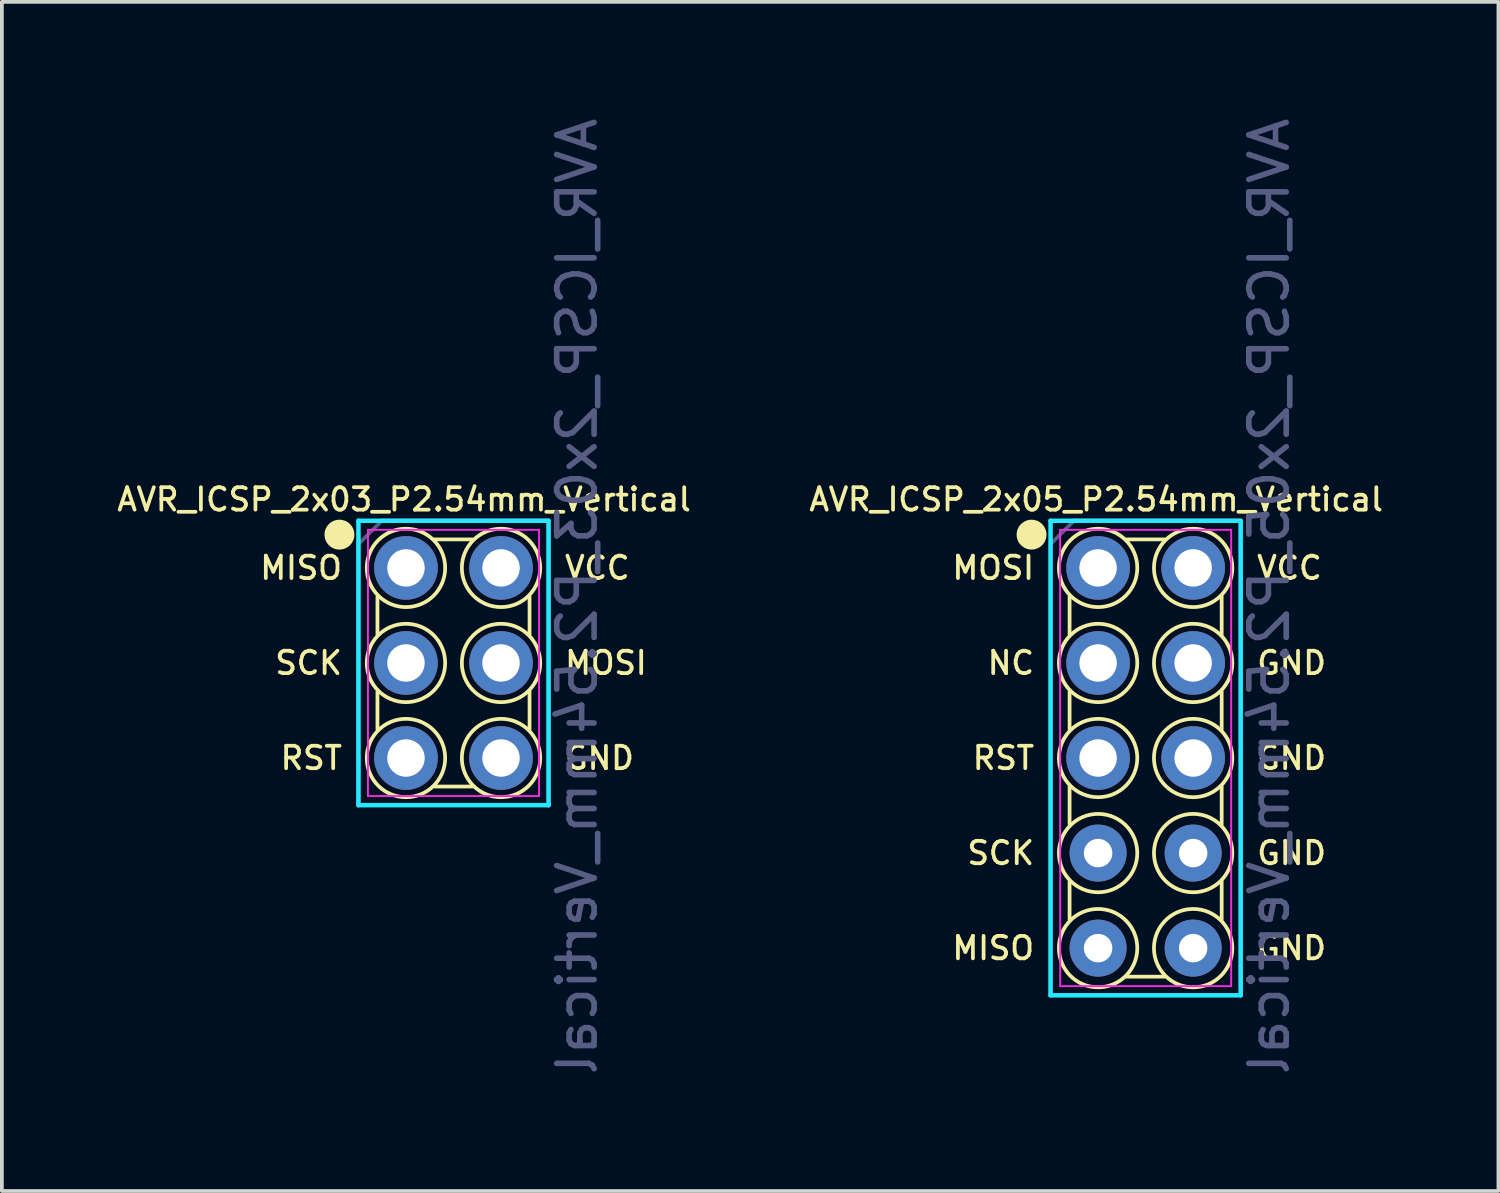
<source format=kicad_pcb>
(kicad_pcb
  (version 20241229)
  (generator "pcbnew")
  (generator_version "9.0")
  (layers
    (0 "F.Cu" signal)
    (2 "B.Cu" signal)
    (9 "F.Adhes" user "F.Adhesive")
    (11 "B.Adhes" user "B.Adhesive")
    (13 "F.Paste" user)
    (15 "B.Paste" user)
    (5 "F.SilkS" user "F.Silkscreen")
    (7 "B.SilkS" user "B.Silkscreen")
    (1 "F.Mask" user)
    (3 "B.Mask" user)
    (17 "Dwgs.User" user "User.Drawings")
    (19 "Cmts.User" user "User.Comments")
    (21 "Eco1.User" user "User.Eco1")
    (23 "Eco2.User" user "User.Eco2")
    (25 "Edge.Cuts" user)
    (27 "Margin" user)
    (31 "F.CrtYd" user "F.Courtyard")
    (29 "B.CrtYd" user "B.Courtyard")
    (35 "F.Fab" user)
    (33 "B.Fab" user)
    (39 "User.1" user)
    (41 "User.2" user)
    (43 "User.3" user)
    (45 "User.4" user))
  (footprint "AVR_ICSP_2x05_P2.54mm_Vertical"
    (layer "F.Cu")
    (at 26.292 12.125)
    (property "Reference" "AVR_ICSP_2x05_P2.54mm_Vertical" (at -0.051 -1.829 0) (layer "F.SilkS") (effects (font (size 0.6 0.6) (thickness 0.1))))
    (attr through_hole)
    (fp_line (start -0.762 0.762) (end -0.762 1.778) (stroke (width 0.1) (type solid)) (layer "F.SilkS"))
    (fp_line (start -0.762 3.302) (end -0.762 4.318) (stroke (width 0.1) (type solid)) (layer "F.SilkS"))
    (fp_line (start -0.762 5.842) (end -0.762 6.858) (stroke (width 0.1) (type solid)) (layer "F.SilkS"))
    (fp_line (start -0.762 8.382) (end -0.762 9.398) (stroke (width 0.1) (type solid)) (layer "F.SilkS"))
    (fp_line (start 1.778 -0.762) (end 0.762 -0.762) (stroke (width 0.1) (type solid)) (layer "F.SilkS"))
    (fp_line (start 1.778 10.922) (end 0.762 10.922) (stroke (width 0.1) (type solid)) (layer "F.SilkS"))
    (fp_line (start 3.302 0.762) (end 3.302 1.778) (stroke (width 0.1) (type solid)) (layer "F.SilkS"))
    (fp_line (start 3.302 3.302) (end 3.302 4.318) (stroke (width 0.1) (type solid)) (layer "F.SilkS"))
    (fp_line (start 3.302 5.842) (end 3.302 6.858) (stroke (width 0.1) (type solid)) (layer "F.SilkS"))
    (fp_line (start 3.302 8.382) (end 3.302 9.398) (stroke (width 0.1) (type solid)) (layer "F.SilkS"))
    (fp_circle (center -1.778 -0.889) (end -1.778 -0.889) (stroke (width 0.4) (type solid)) (fill no) (layer "F.SilkS"))
    (fp_circle (center 0 0) (end 0.813 0.66) (stroke (width 0.1) (type solid)) (fill no) (layer "F.SilkS"))
    (fp_circle (center 0 2.54) (end 0.813 3.2) (stroke (width 0.1) (type solid)) (fill no) (layer "F.SilkS"))
    (fp_circle (center 0 5.08) (end 0.813 5.74) (stroke (width 0.1) (type solid)) (fill no) (layer "F.SilkS"))
    (fp_circle (center 0 7.62) (end 0.813 8.28) (stroke (width 0.1) (type solid)) (fill no) (layer "F.SilkS"))
    (fp_circle (center 0 10.16) (end 0.813 10.82) (stroke (width 0.1) (type solid)) (fill no) (layer "F.SilkS"))
    (fp_circle (center 2.54 0) (end 3.353 0.66) (stroke (width 0.1) (type solid)) (fill no) (layer "F.SilkS"))
    (fp_circle (center 2.54 2.54) (end 3.353 3.2) (stroke (width 0.1) (type solid)) (fill no) (layer "F.SilkS"))
    (fp_circle (center 2.54 5.08) (end 3.353 5.74) (stroke (width 0.1) (type solid)) (fill no) (layer "F.SilkS"))
    (fp_circle (center 2.54 7.62) (end 3.353 8.28) (stroke (width 0.1) (type solid)) (fill no) (layer "F.SilkS"))
    (fp_circle (center 2.54 10.16) (end 3.353 10.82) (stroke (width 0.1) (type solid)) (fill no) (layer "F.SilkS"))
    (fp_line (start -1.27 -1.26) (end -1.27 11.42) (stroke (width 0.12) (type solid)) (layer "B.CrtYd"))
    (fp_line (start -1.27 11.42) (end 3.81 11.42) (stroke (width 0.12) (type solid)) (layer "B.CrtYd"))
    (fp_line (start 3.81 -1.26) (end -1.27 -1.26) (stroke (width 0.12) (type solid)) (layer "B.CrtYd"))
    (fp_line (start 3.81 11.42) (end 3.81 -1.25) (stroke (width 0.12) (type solid)) (layer "B.CrtYd"))
    (fp_line (start -1.016 -1.016) (end -1.012 11.176) (stroke (width 0.05) (type solid)) (layer "F.CrtYd"))
    (fp_line (start -1.012 11.176) (end 3.556 11.176) (stroke (width 0.05) (type solid)) (layer "F.CrtYd"))
    (fp_line (start 3.556 -1.016) (end -1.016 -1.016) (stroke (width 0.05) (type solid)) (layer "F.CrtYd"))
    (fp_line (start 3.556 11.176) (end 3.556 -1.016) (stroke (width 0.05) (type solid)) (layer "F.CrtYd"))
    (fp_line (start -1.27 -0.635) (end -0.635 -1.27) (stroke (width 0.1) (type solid)) (layer "B.Fab"))
    (fp_line (start -1.27 11.42) (end -1.27 -0.635) (stroke (width 0.1) (type solid)) (layer "B.Fab"))
    (fp_line (start -0.635 -1.27) (end 3.81 -1.27) (stroke (width 0.1) (type solid)) (layer "B.Fab"))
    (fp_line (start 3.81 -1.26) (end 3.81 11.42) (stroke (width 0.1) (type solid)) (layer "B.Fab"))
    (fp_line (start 3.81 11.42) (end -1.27 11.42) (stroke (width 0.1) (type solid)) (layer "B.Fab"))
    (fp_text user "SCK" (at -1.651 7.62 0) (layer "F.SilkS") (effects (font (size 0.6 0.6) (thickness 0.1)) (justify right)))
    (fp_text user "GND" (at 4.191 10.16 0) (layer "F.SilkS") (effects (font (size 0.6 0.6) (thickness 0.1)) (justify left)))
    (fp_text user "NC" (at -1.651 2.54 0) (layer "F.SilkS") (effects (font (size 0.6 0.6) (thickness 0.1)) (justify right)))
    (fp_text user "GND" (at 4.191 7.62 0) (layer "F.SilkS") (effects (font (size 0.6 0.6) (thickness 0.1)) (justify left)))
    (fp_text user "MISO" (at -1.651 10.16 0) (layer "F.SilkS") (effects (font (size 0.6 0.6) (thickness 0.1)) (justify right)))
    (fp_text user "VCC" (at 4.191 0 0) (layer "F.SilkS") (effects (font (size 0.6 0.6) (thickness 0.1)) (justify left)))
    (fp_text user "RST" (at -1.651 5.08 0) (layer "F.SilkS") (effects (font (size 0.6 0.6) (thickness 0.1)) (justify right)))
    (fp_text user "GND" (at 4.191 2.54 0) (layer "F.SilkS") (effects (font (size 0.6 0.6) (thickness 0.1)) (justify left)))
    (fp_text user "MOSI" (at -1.651 0 0) (layer "F.SilkS") (effects (font (size 0.6 0.6) (thickness 0.1)) (justify right)))
    (fp_text user "GND" (at 4.191 5.08 0) (layer "F.SilkS") (effects (font (size 0.6 0.6) (thickness 0.1)) (justify left)))
    (fp_text user "${REFERENCE}" (at 4.572 0.762 90) (layer "B.Fab") (effects (font (size 1 1) (thickness 0.15)) (justify mirror)))
    (pad "1" thru_hole circle (at 0 0) (size 1.7 1.7) (drill 1) (layers "*.Cu" "*.Mask"))
    (pad "2" thru_hole oval (at 2.54 0) (size 1.7 1.7) (drill 1) (layers "*.Cu" "*.Mask"))
    (pad "3" thru_hole oval (at 0 2.54) (size 1.7 1.7) (drill 1) (layers "*.Cu" "*.Mask"))
    (pad "4" thru_hole oval (at 2.54 2.54) (size 1.7 1.7) (drill 1) (layers "*.Cu" "*.Mask"))
    (pad "5" thru_hole oval (at 0 5.08) (size 1.7 1.7) (drill 1) (layers "*.Cu" "*.Mask"))
    (pad "6" thru_hole oval (at 2.54 5.08) (size 1.7 1.7) (drill 1) (layers "*.Cu" "*.Mask"))
    (pad "7" thru_hole circle (at 0 7.62) (size 1.524 1.524) (drill 0.762) (layers "*.Cu" "*.Mask"))
    (pad "8" thru_hole circle (at 2.54 7.62) (size 1.524 1.524) (drill 0.762) (layers "*.Cu" "*.Mask"))
    (pad "9" thru_hole circle (at 0 10.16) (size 1.524 1.524) (drill 0.762) (layers "*.Cu" "*.Mask"))
    (pad "10" thru_hole circle (at 2.54 10.16) (size 1.524 1.524) (drill 0.762) (layers "*.Cu" "*.Mask")))
  (footprint "AVR_ICSP_2x03_P2.54mm_Vertical"
    (layer "F.Cu")
    (at 7.798 12.125)
    (property "Reference" "AVR_ICSP_2x03_P2.54mm_Vertical" (at -0.051 -1.829 0) (layer "F.SilkS") (effects (font (size 0.6 0.6) (thickness 0.1))))
    (attr through_hole)
    (fp_line (start -0.762 0.762) (end -0.762 1.778) (stroke (width 0.1) (type solid)) (layer "F.SilkS"))
    (fp_line (start -0.762 3.302) (end -0.762 4.318) (stroke (width 0.1) (type solid)) (layer "F.SilkS"))
    (fp_line (start 1.778 -0.762) (end 0.762 -0.762) (stroke (width 0.1) (type solid)) (layer "F.SilkS"))
    (fp_line (start 1.778 5.842) (end 0.762 5.842) (stroke (width 0.1) (type solid)) (layer "F.SilkS"))
    (fp_line (start 3.302 0.762) (end 3.302 1.778) (stroke (width 0.1) (type solid)) (layer "F.SilkS"))
    (fp_line (start 3.302 3.302) (end 3.302 4.318) (stroke (width 0.1) (type solid)) (layer "F.SilkS"))
    (fp_circle (center -1.778 -0.889) (end -1.778 -0.889) (stroke (width 0.4) (type solid)) (fill no) (layer "F.SilkS"))
    (fp_circle (center 0 0) (end 0.813 0.66) (stroke (width 0.1) (type solid)) (fill no) (layer "F.SilkS"))
    (fp_circle (center 0 2.54) (end 0.813 3.2) (stroke (width 0.1) (type solid)) (fill no) (layer "F.SilkS"))
    (fp_circle (center 0 5.08) (end 0.813 5.74) (stroke (width 0.1) (type solid)) (fill no) (layer "F.SilkS"))
    (fp_circle (center 2.54 0) (end 3.353 0.66) (stroke (width 0.1) (type solid)) (fill no) (layer "F.SilkS"))
    (fp_circle (center 2.54 2.54) (end 3.353 3.2) (stroke (width 0.1) (type solid)) (fill no) (layer "F.SilkS"))
    (fp_circle (center 2.54 5.08) (end 3.353 5.74) (stroke (width 0.1) (type solid)) (fill no) (layer "F.SilkS"))
    (fp_line (start -1.27 -1.26) (end -1.27 6.34) (stroke (width 0.12) (type solid)) (layer "B.CrtYd"))
    (fp_line (start -1.27 6.34) (end 3.81 6.34) (stroke (width 0.12) (type solid)) (layer "B.CrtYd"))
    (fp_line (start 3.81 -1.26) (end -1.27 -1.26) (stroke (width 0.12) (type solid)) (layer "B.CrtYd"))
    (fp_line (start 3.81 6.34) (end 3.81 -1.25) (stroke (width 0.12) (type solid)) (layer "B.CrtYd"))
    (fp_line (start -1.016 -1.016) (end -1.016 6.096) (stroke (width 0.05) (type solid)) (layer "F.CrtYd"))
    (fp_line (start -1.012 6.096) (end 3.556 6.096) (stroke (width 0.05) (type solid)) (layer "F.CrtYd"))
    (fp_line (start 3.556 -1.016) (end -1.016 -1.016) (stroke (width 0.05) (type solid)) (layer "F.CrtYd"))
    (fp_line (start 3.556 6.096) (end 3.556 -1.016) (stroke (width 0.05) (type solid)) (layer "F.CrtYd"))
    (fp_line (start -1.27 -0.635) (end -0.635 -1.27) (stroke (width 0.1) (type solid)) (layer "B.Fab"))
    (fp_line (start -1.27 6.34) (end -1.27 -0.635) (stroke (width 0.1) (type solid)) (layer "B.Fab"))
    (fp_line (start -0.635 -1.27) (end 3.81 -1.27) (stroke (width 0.1) (type solid)) (layer "B.Fab"))
    (fp_line (start 3.81 -1.26) (end 3.81 6.34) (stroke (width 0.1) (type solid)) (layer "B.Fab"))
    (fp_line (start 3.81 6.34) (end -1.27 6.34) (stroke (width 0.1) (type solid)) (layer "B.Fab"))
    (fp_text user "MISO" (at -1.651 0 0) (layer "F.SilkS") (effects (font (size 0.6 0.6) (thickness 0.1)) (justify right)))
    (fp_text user "RST" (at -1.651 5.08 0) (layer "F.SilkS") (effects (font (size 0.6 0.6) (thickness 0.1)) (justify right)))
    (fp_text user "GND" (at 4.191 5.08 0) (layer "F.SilkS") (effects (font (size 0.6 0.6) (thickness 0.1)) (justify left)))
    (fp_text user "SCK" (at -1.651 2.54 0) (layer "F.SilkS") (effects (font (size 0.6 0.6) (thickness 0.1)) (justify right)))
    (fp_text user "MOSI" (at 4.191 2.54 0) (layer "F.SilkS") (effects (font (size 0.6 0.6) (thickness 0.1)) (justify left)))
    (fp_text user "VCC" (at 4.191 0 0) (layer "F.SilkS") (effects (font (size 0.6 0.6) (thickness 0.1)) (justify left)))
    (fp_text user "${REFERENCE}" (at 4.572 0.762 90) (layer "B.Fab") (effects (font (size 1 1) (thickness 0.15)) (justify mirror)))
    (pad "1" thru_hole circle (at 0 0) (size 1.7 1.7) (drill 1) (layers "*.Cu" "*.Mask"))
    (pad "2" thru_hole oval (at 2.54 0) (size 1.7 1.7) (drill 1) (layers "*.Cu" "*.Mask"))
    (pad "3" thru_hole oval (at 0 2.54) (size 1.7 1.7) (drill 1) (layers "*.Cu" "*.Mask"))
    (pad "4" thru_hole oval (at 2.54 2.54) (size 1.7 1.7) (drill 1) (layers "*.Cu" "*.Mask"))
    (pad "5" thru_hole oval (at 0 5.08) (size 1.7 1.7) (drill 1) (layers "*.Cu" "*.Mask"))
    (pad "6" thru_hole oval (at 2.54 5.08) (size 1.7 1.7) (drill 1) (layers "*.Cu" "*.Mask")))
  (gr_rect
    (start -3 -3)
    (end 36.989 28.774)
    (stroke (width 0.1) (type default))
    (fill no)
    (layer "Edge.Cuts")))
</source>
